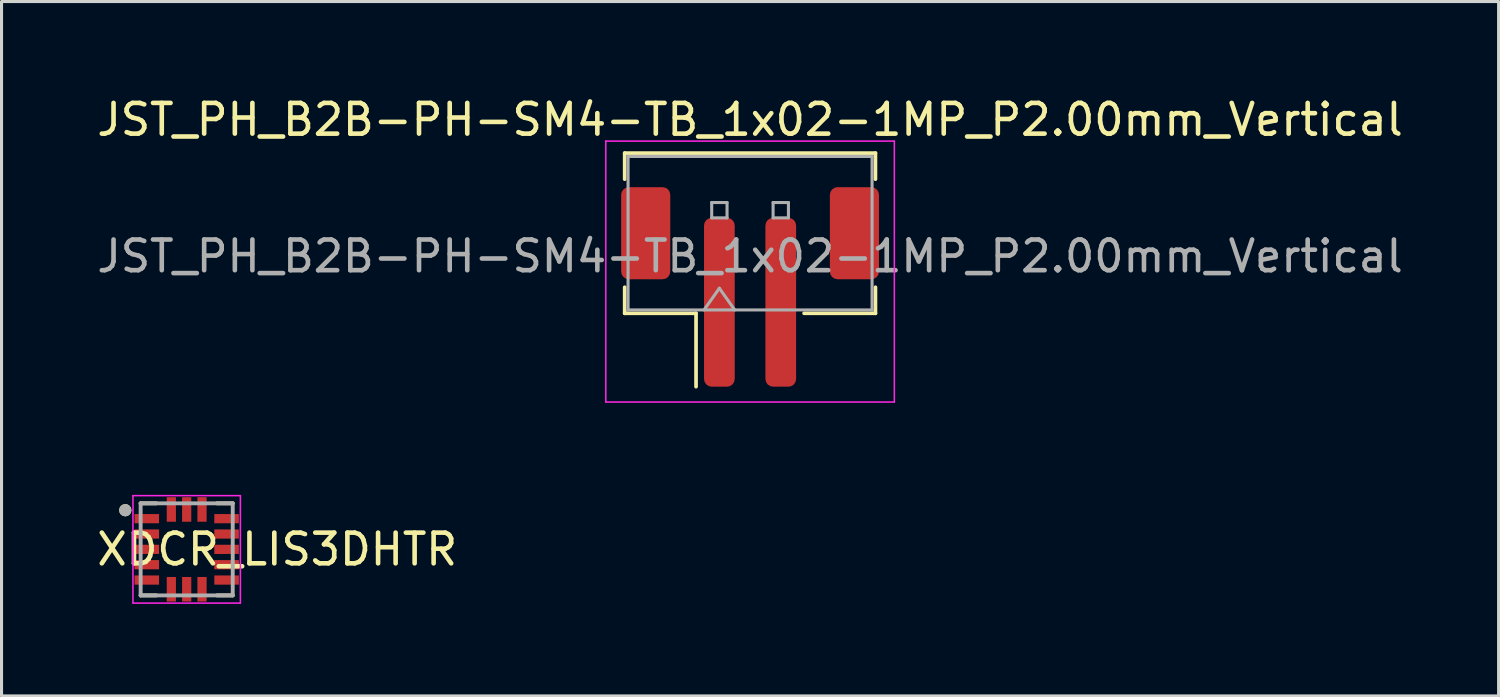
<source format=kicad_pcb>
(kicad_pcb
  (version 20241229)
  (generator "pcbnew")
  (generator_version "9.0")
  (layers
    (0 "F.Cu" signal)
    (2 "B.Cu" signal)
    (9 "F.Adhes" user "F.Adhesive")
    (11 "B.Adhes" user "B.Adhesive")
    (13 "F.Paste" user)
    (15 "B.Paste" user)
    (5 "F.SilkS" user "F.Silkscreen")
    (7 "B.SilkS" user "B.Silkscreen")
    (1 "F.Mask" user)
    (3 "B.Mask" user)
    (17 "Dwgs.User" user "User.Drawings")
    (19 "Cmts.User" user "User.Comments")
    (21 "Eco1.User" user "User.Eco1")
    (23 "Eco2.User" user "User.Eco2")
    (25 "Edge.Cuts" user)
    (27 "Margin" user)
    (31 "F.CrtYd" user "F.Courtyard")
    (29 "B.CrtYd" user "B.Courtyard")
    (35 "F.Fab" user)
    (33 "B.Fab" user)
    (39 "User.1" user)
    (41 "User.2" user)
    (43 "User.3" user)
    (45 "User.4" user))
  (footprint "XDCR_LIS3DHTR"
    (layer "F.Cu")
    (at 3.032 14.848)
    (property "Reference" "XDCR_LIS3DHTR" (at 2.95 0 180) (layer "F.SilkS") (effects (font (size 1 1) (thickness 0.15))))
    (attr smd)
    (fp_line (start -1.5 1.5) (end -0.99 1.5) (stroke (width 0.127) (type solid)) (layer "F.SilkS"))
    (fp_line (start -0.99 -1.5) (end -1.5 -1.5) (stroke (width 0.127) (type solid)) (layer "F.SilkS"))
    (fp_line (start 0.99 -1.5) (end 1.5 -1.5) (stroke (width 0.127) (type solid)) (layer "F.SilkS"))
    (fp_line (start 0.99 1.5) (end 1.5 1.5) (stroke (width 0.127) (type solid)) (layer "F.SilkS"))
    (fp_circle (center -2 -1.275) (end -1.9 -1.275) (stroke (width 0.2) (type solid)) (fill no) (layer "F.SilkS"))
    (fp_line (start -1.75 -1.75) (end -1.75 1.75) (stroke (width 0.05) (type solid)) (layer "F.CrtYd"))
    (fp_line (start -1.75 1.75) (end 1.75 1.75) (stroke (width 0.05) (type solid)) (layer "F.CrtYd"))
    (fp_line (start 1.75 -1.75) (end -1.75 -1.75) (stroke (width 0.05) (type solid)) (layer "F.CrtYd"))
    (fp_line (start 1.75 1.75) (end 1.75 -1.75) (stroke (width 0.05) (type solid)) (layer "F.CrtYd"))
    (fp_line (start -1.5 -1.5) (end -1.5 1.5) (stroke (width 0.127) (type solid)) (layer "F.Fab"))
    (fp_line (start -1.5 1.5) (end 1.5 1.5) (stroke (width 0.127) (type solid)) (layer "F.Fab"))
    (fp_line (start 1.5 -1.5) (end -1.5 -1.5) (stroke (width 0.127) (type solid)) (layer "F.Fab"))
    (fp_line (start 1.5 1.5) (end 1.5 -1.5) (stroke (width 0.127) (type solid)) (layer "F.Fab"))
    (fp_circle (center -2 -1.275) (end -1.9 -1.275) (stroke (width 0.2) (type solid)) (fill no) (layer "F.Fab"))
    (pad "1" smd rect (at -1.3 -1 180) (size 0.8 0.3) (layers "F.Cu" "F.Mask" "F.Paste"))
    (pad "2" smd rect (at -1.3 -0.5 180) (size 0.8 0.3) (layers "F.Cu" "F.Mask" "F.Paste"))
    (pad "3" smd rect (at -1.3 0 180) (size 0.8 0.3) (layers "F.Cu" "F.Mask" "F.Paste"))
    (pad "4" smd rect (at -1.3 0.5 180) (size 0.8 0.3) (layers "F.Cu" "F.Mask" "F.Paste"))
    (pad "5" smd rect (at -1.3 1 180) (size 0.8 0.3) (layers "F.Cu" "F.Mask" "F.Paste"))
    (pad "6" smd rect (at -0.5 1.3 90) (size 0.8 0.3) (layers "F.Cu" "F.Mask" "F.Paste"))
    (pad "7" smd rect (at 0 1.3 90) (size 0.8 0.3) (layers "F.Cu" "F.Mask" "F.Paste"))
    (pad "8" smd rect (at 0.5 1.3 90) (size 0.8 0.3) (layers "F.Cu" "F.Mask" "F.Paste"))
    (pad "9" smd rect (at 1.3 1) (size 0.8 0.3) (layers "F.Cu" "F.Mask" "F.Paste"))
    (pad "10" smd rect (at 1.3 0.5) (size 0.8 0.3) (layers "F.Cu" "F.Mask" "F.Paste"))
    (pad "11" smd rect (at 1.3 0) (size 0.8 0.3) (layers "F.Cu" "F.Mask" "F.Paste"))
    (pad "12" smd rect (at 1.3 -0.5) (size 0.8 0.3) (layers "F.Cu" "F.Mask" "F.Paste"))
    (pad "13" smd rect (at 1.3 -1) (size 0.8 0.3) (layers "F.Cu" "F.Mask" "F.Paste"))
    (pad "14" smd rect (at 0.5 -1.3 90) (size 0.8 0.3) (layers "F.Cu" "F.Mask" "F.Paste"))
    (pad "15" smd rect (at 0 -1.3 90) (size 0.8 0.3) (layers "F.Cu" "F.Mask" "F.Paste"))
    (pad "16" smd rect (at -0.5 -1.3 90) (size 0.8 0.3) (layers "F.Cu" "F.Mask" "F.Paste")))
  (footprint "JST_PH_B2B-PH-SM4-TB_1x02-1MP_P2.00mm_Vertical"
    (layer "F.Cu")
    (at 21.387 6.298)
    (property "Reference" "JST_PH_B2B-PH-SM4-TB_1x02-1MP_P2.00mm_Vertical" (at 0 -5.45 0) (layer "F.SilkS") (effects (font (size 1 1) (thickness 0.15))))
    (attr smd)
    (fp_line (start -4.085 -4.36) (end 4.085 -4.36) (stroke (width 0.12) (type solid)) (layer "F.SilkS"))
    (fp_line (start -4.085 -3.51) (end -4.085 -4.36) (stroke (width 0.12) (type solid)) (layer "F.SilkS"))
    (fp_line (start -4.085 0.01) (end -4.085 0.86) (stroke (width 0.12) (type solid)) (layer "F.SilkS"))
    (fp_line (start -4.085 0.86) (end -1.76 0.86) (stroke (width 0.12) (type solid)) (layer "F.SilkS"))
    (fp_line (start -1.76 0.86) (end -1.76 3.25) (stroke (width 0.12) (type solid)) (layer "F.SilkS"))
    (fp_line (start 4.085 -4.36) (end 4.085 -3.51) (stroke (width 0.12) (type solid)) (layer "F.SilkS"))
    (fp_line (start 4.085 0.01) (end 4.085 0.86) (stroke (width 0.12) (type solid)) (layer "F.SilkS"))
    (fp_line (start 4.085 0.86) (end 1.76 0.86) (stroke (width 0.12) (type solid)) (layer "F.SilkS"))
    (fp_line (start -4.7 -4.75) (end -4.7 3.75) (stroke (width 0.05) (type solid)) (layer "F.CrtYd"))
    (fp_line (start -4.7 3.75) (end 4.7 3.75) (stroke (width 0.05) (type solid)) (layer "F.CrtYd"))
    (fp_line (start 4.7 -4.75) (end -4.7 -4.75) (stroke (width 0.05) (type solid)) (layer "F.CrtYd"))
    (fp_line (start 4.7 3.75) (end 4.7 -4.75) (stroke (width 0.05) (type solid)) (layer "F.CrtYd"))
    (fp_line (start -3.975 -4.25) (end 3.975 -4.25) (stroke (width 0.1) (type solid)) (layer "F.Fab"))
    (fp_line (start -3.975 0.75) (end -3.975 -4.25) (stroke (width 0.1) (type solid)) (layer "F.Fab"))
    (fp_line (start -3.975 0.75) (end 3.975 0.75) (stroke (width 0.1) (type solid)) (layer "F.Fab"))
    (fp_line (start -1.5 0.75) (end -1 0.043) (stroke (width 0.1) (type solid)) (layer "F.Fab"))
    (fp_line (start -1.25 -2.75) (end -1.25 -2.25) (stroke (width 0.1) (type solid)) (layer "F.Fab"))
    (fp_line (start -1.25 -2.25) (end -0.75 -2.25) (stroke (width 0.1) (type solid)) (layer "F.Fab"))
    (fp_line (start -1 0.043) (end -0.5 0.75) (stroke (width 0.1) (type solid)) (layer "F.Fab"))
    (fp_line (start -0.75 -2.75) (end -1.25 -2.75) (stroke (width 0.1) (type solid)) (layer "F.Fab"))
    (fp_line (start -0.75 -2.25) (end -0.75 -2.75) (stroke (width 0.1) (type solid)) (layer "F.Fab"))
    (fp_line (start 0.75 -2.75) (end 0.75 -2.25) (stroke (width 0.1) (type solid)) (layer "F.Fab"))
    (fp_line (start 0.75 -2.25) (end 1.25 -2.25) (stroke (width 0.1) (type solid)) (layer "F.Fab"))
    (fp_line (start 1.25 -2.75) (end 0.75 -2.75) (stroke (width 0.1) (type solid)) (layer "F.Fab"))
    (fp_line (start 1.25 -2.25) (end 1.25 -2.75) (stroke (width 0.1) (type solid)) (layer "F.Fab"))
    (fp_line (start 3.975 0.75) (end 3.975 -4.25) (stroke (width 0.1) (type solid)) (layer "F.Fab"))
    (fp_text user "${REFERENCE}" (at 0 -1 0) (layer "F.Fab") (effects (font (size 1 1) (thickness 0.15))))
    (pad "1" smd roundrect (at -1 0.5) (size 1 5.5) (layers "F.Cu" "F.Mask" "F.Paste") (roundrect_rratio 0.25))
    (pad "2" smd roundrect (at 1 0.5) (size 1 5.5) (layers "F.Cu" "F.Mask" "F.Paste") (roundrect_rratio 0.25))
    (pad "MP" smd roundrect (at -3.4 -1.75) (size 1.6 3) (layers "F.Cu" "F.Mask" "F.Paste") (roundrect_rratio 0.156))
    (pad "MP" smd roundrect (at 3.4 -1.75) (size 1.6 3) (layers "F.Cu" "F.Mask" "F.Paste") (roundrect_rratio 0.156)))
  (gr_rect
    (start -3 -3)
    (end 45.774 19.623)
    (stroke (width 0.1) (type default))
    (fill no)
    (layer "Edge.Cuts")))
</source>
